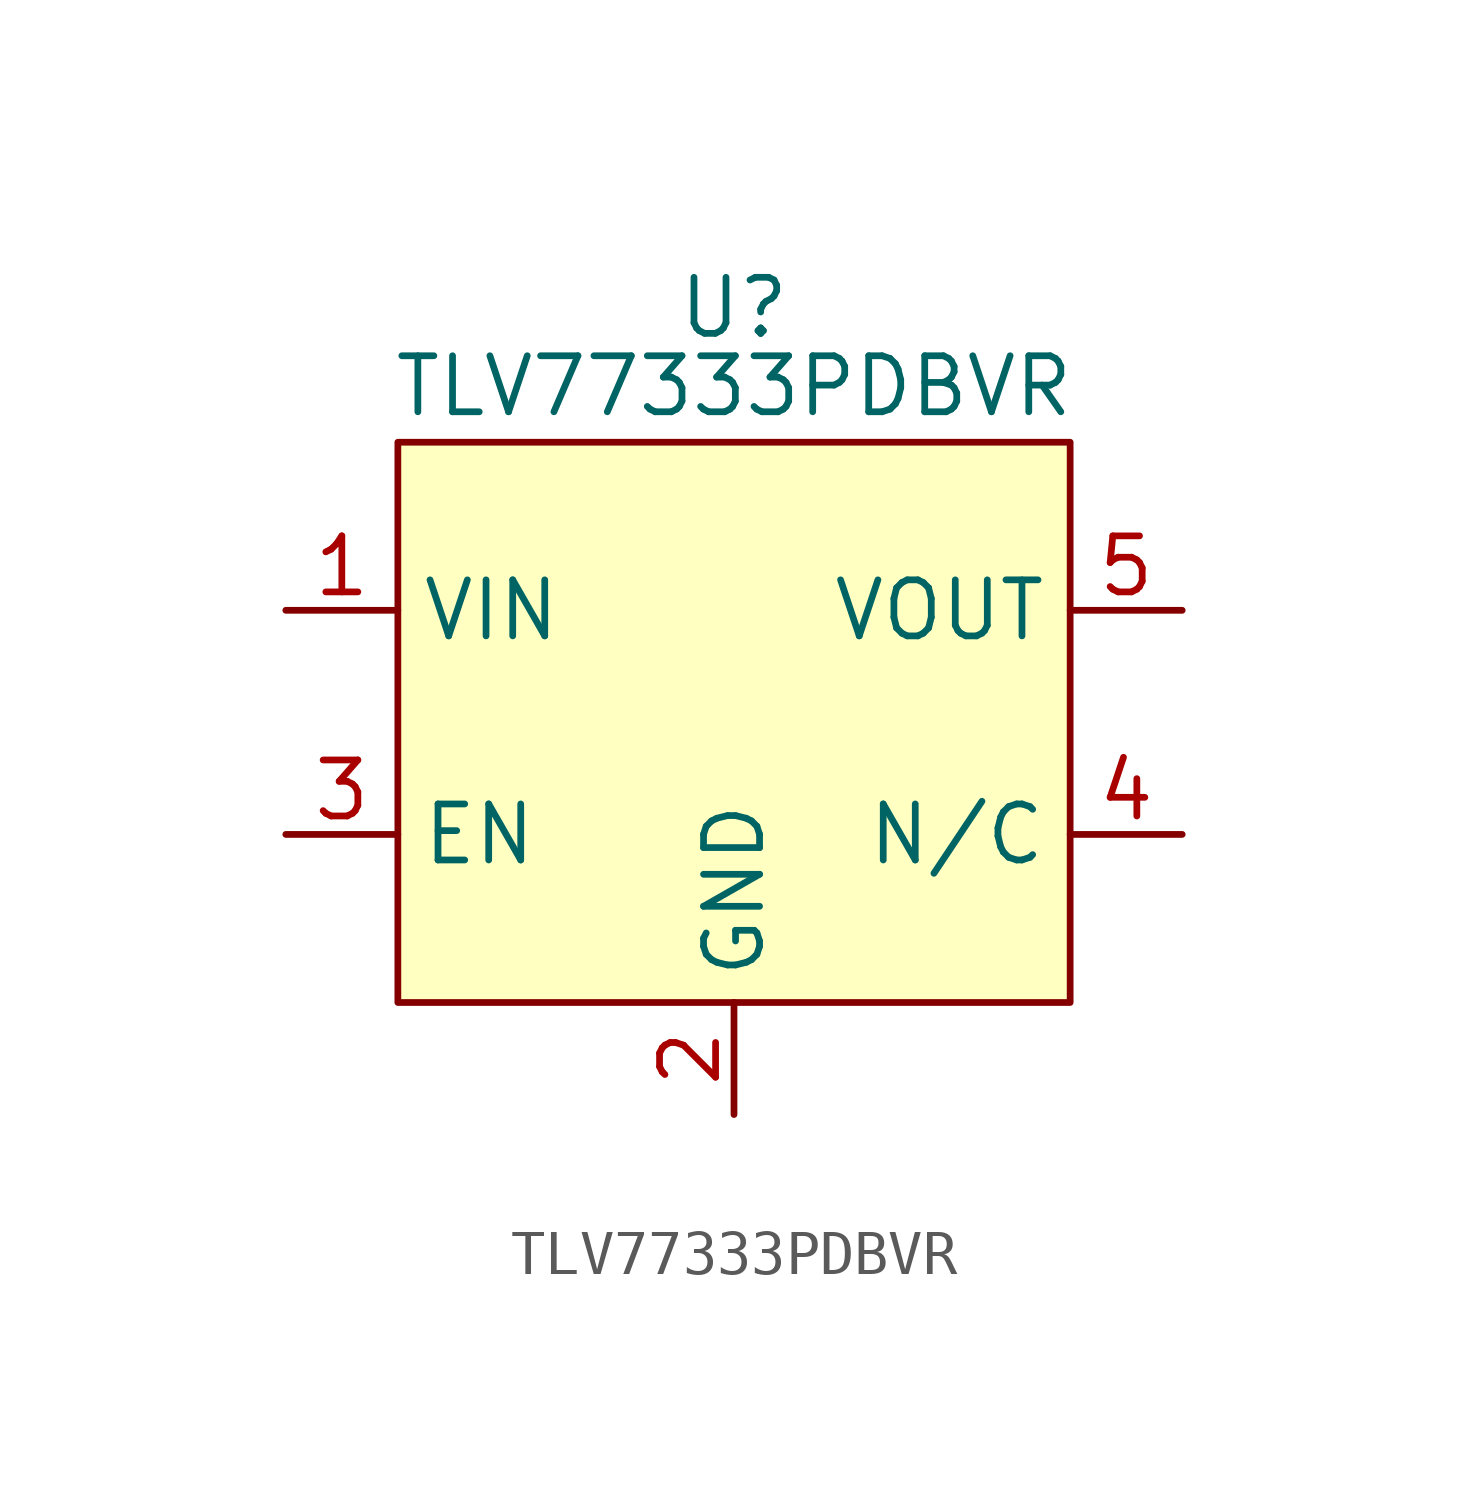
<source format=kicad_sym>
(kicad_symbol_lib
  (version 20231120)
  (generator "kicad_symbol_editor")
  (generator_version "8.0")
  (symbol "TLV77333PDBVR"
    (property "Reference" "U"
      (at 0 9.398 0)
      (effects (font (size 1.27 1.27))))
    (property "Value" "TLV77333PDBVR"
      (at 0 7.62 0)
      (effects (font (size 1.27 1.27))))
    (symbol "TLV77333PDBVR_1_1"
      (rectangle (start -7.62 6.35) (end 7.62 -6.35) (stroke (width 0) (type default)) (fill (type background)))
      (pin input line (at -10.16 2.54 0) (length 2.54) (name "VIN" (effects (font (size 1.27 1.27)))) (number "1" (effects (font (size 1.27 1.27)))))
      (pin power_in line (at 0 -8.89 90) (length 2.54) (name "GND" (effects (font (size 1.27 1.27)))) (number "2" (effects (font (size 1.27 1.27)))))
      (pin input line (at -10.16 -2.54 0) (length 2.54) (name "EN" (effects (font (size 1.27 1.27)))) (number "3" (effects (font (size 1.27 1.27)))))
      (pin output line (at 10.16 -2.54 180) (length 2.54) (name "N/C" (effects (font (size 1.27 1.27)))) (number "4" (effects (font (size 1.27 1.27)))))
      (pin power_out line (at 10.16 2.54 180) (length 2.54) (name "VOUT" (effects (font (size 1.27 1.27)))) (number "5" (effects (font (size 1.27 1.27))))))))
</source>
